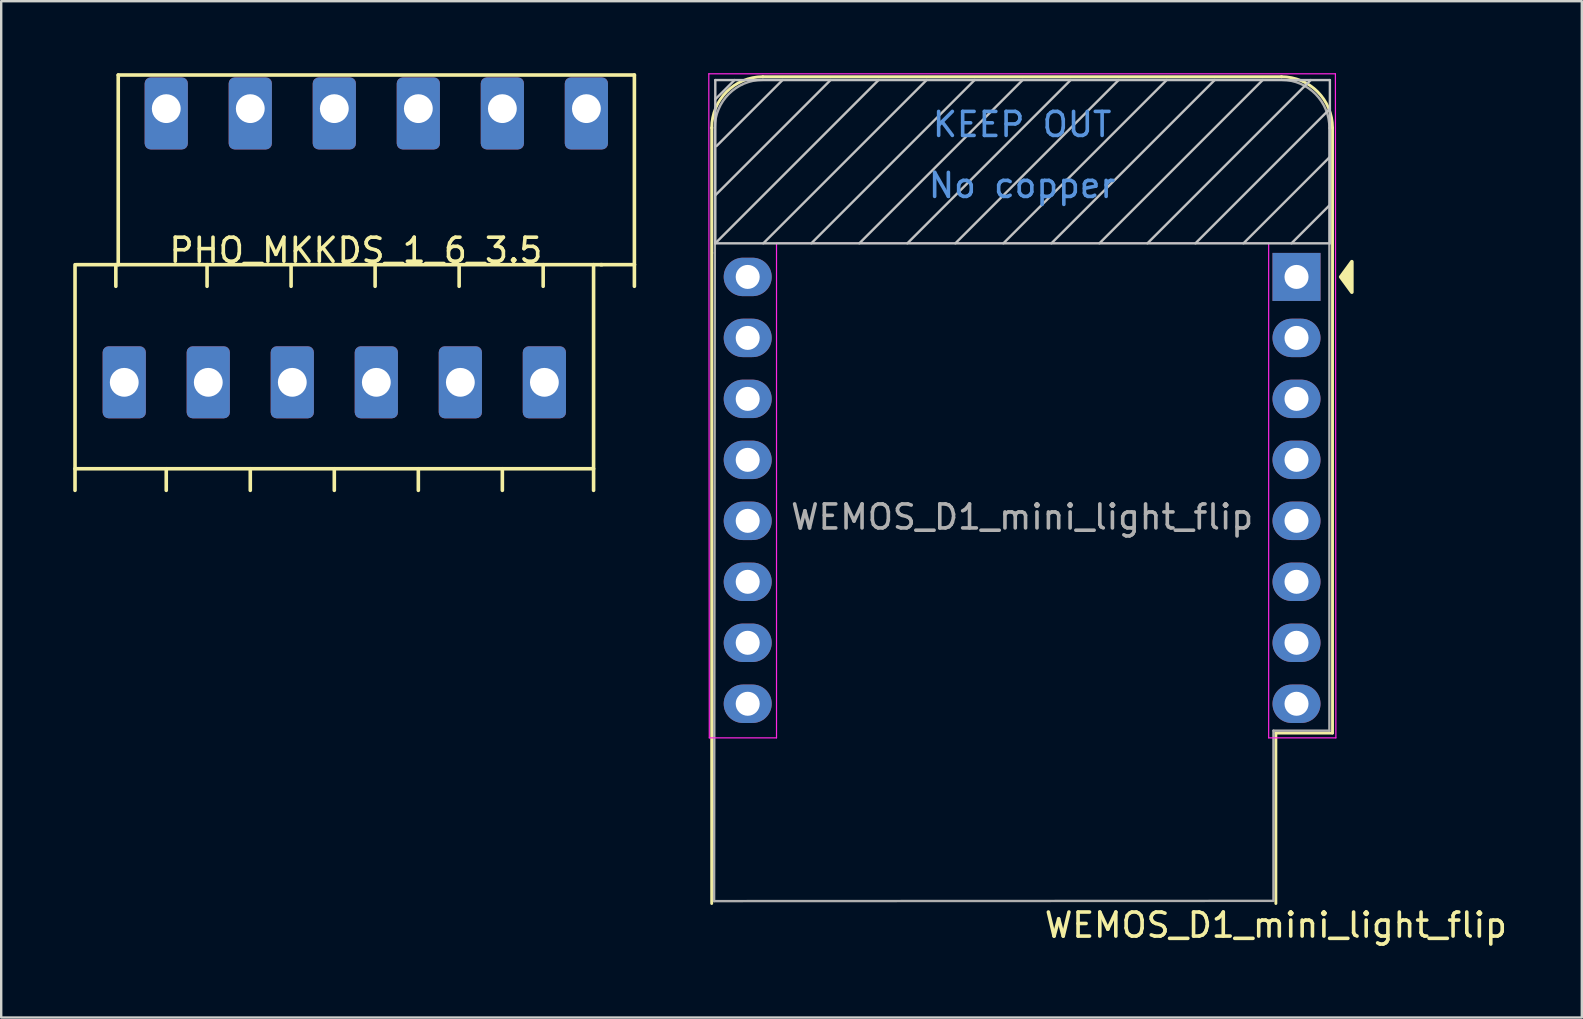
<source format=kicad_pcb>
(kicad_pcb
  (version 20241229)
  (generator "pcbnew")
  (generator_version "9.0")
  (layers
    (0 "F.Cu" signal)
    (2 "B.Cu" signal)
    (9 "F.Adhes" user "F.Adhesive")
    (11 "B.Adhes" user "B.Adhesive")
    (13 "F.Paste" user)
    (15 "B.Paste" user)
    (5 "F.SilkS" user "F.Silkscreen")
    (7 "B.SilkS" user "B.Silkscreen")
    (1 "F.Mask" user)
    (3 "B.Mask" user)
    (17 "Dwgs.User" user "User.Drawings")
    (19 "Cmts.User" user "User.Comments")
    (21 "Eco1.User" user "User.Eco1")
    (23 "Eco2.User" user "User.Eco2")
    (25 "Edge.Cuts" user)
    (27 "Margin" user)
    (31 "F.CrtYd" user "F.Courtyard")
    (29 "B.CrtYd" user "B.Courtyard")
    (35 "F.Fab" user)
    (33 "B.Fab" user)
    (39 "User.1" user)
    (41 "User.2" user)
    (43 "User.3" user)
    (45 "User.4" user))
  (footprint "WEMOS_D1_mini_light_flip"
    (layer "F.Cu")
    (at 28.095 8.485)
    (property "Reference" "WEMOS_D1_mini_light_flip" (at 22 27 0) (layer "F.SilkS") (effects (font (size 1 1) (thickness 0.15))))
    (attr through_hole)
    (fp_line (start -1.5 26.1) (end -1.5 -6.21) (stroke (width 0.12) (type solid)) (layer "F.SilkS"))
    (fp_line (start 22 19) (end 24.36 19) (stroke (width 0.12) (type solid)) (layer "F.SilkS"))
    (fp_line (start 22 26.1) (end 22 19) (stroke (width 0.12) (type solid)) (layer "F.SilkS"))
    (fp_line (start 22.24 -8.34) (end 0.63 -8.34) (stroke (width 0.12) (type solid)) (layer "F.SilkS"))
    (fp_line (start 24.36 19) (end 24.36 -6.21) (stroke (width 0.12) (type solid)) (layer "F.SilkS"))
    (fp_arc (start -1.5 -6.21) (mid -0.876137 -7.716137) (end 0.63 -8.34) (stroke (width 0.12) (type solid)) (layer "F.SilkS"))
    (fp_arc (start 22.23 -8.34) (mid 23.736137 -7.716137) (end 24.36 -6.21) (stroke (width 0.12) (type solid)) (layer "F.SilkS"))
    (fp_poly (pts (xy 25.165 -0.635) (xy 25.165 0.635) (xy 24.7 0)) (stroke (width 0.15) (type solid)) (fill yes) (layer "F.SilkS"))
    (fp_line (start -1.35 -8.2) (end -1.35 -1.4) (stroke (width 0.1) (type solid)) (layer "Dwgs.User"))
    (fp_line (start -1.35 -7.4) (end -0.55 -8.2) (stroke (width 0.1) (type solid)) (layer "Dwgs.User"))
    (fp_line (start -1.35 -3.4) (end 3.45 -8.2) (stroke (width 0.1) (type solid)) (layer "Dwgs.User"))
    (fp_line (start -1.35 -1.4) (end 5.45 -8.2) (stroke (width 0.1) (type solid)) (layer "Dwgs.User"))
    (fp_line (start -1.35 -1.4) (end 24.25 -1.4) (stroke (width 0.1) (type solid)) (layer "Dwgs.User"))
    (fp_line (start -1.3 -5.45) (end 1.45 -8.2) (stroke (width 0.1) (type solid)) (layer "Dwgs.User"))
    (fp_line (start 0.65 -1.4) (end 7.45 -8.2) (stroke (width 0.1) (type solid)) (layer "Dwgs.User"))
    (fp_line (start 2.65 -1.4) (end 9.45 -8.2) (stroke (width 0.1) (type solid)) (layer "Dwgs.User"))
    (fp_line (start 4.65 -1.4) (end 11.45 -8.2) (stroke (width 0.1) (type solid)) (layer "Dwgs.User"))
    (fp_line (start 6.65 -1.4) (end 13.45 -8.2) (stroke (width 0.1) (type solid)) (layer "Dwgs.User"))
    (fp_line (start 8.65 -1.4) (end 15.45 -8.2) (stroke (width 0.1) (type solid)) (layer "Dwgs.User"))
    (fp_line (start 10.65 -1.4) (end 17.45 -8.2) (stroke (width 0.1) (type solid)) (layer "Dwgs.User"))
    (fp_line (start 12.65 -1.4) (end 19.45 -8.2) (stroke (width 0.1) (type solid)) (layer "Dwgs.User"))
    (fp_line (start 14.65 -1.4) (end 21.45 -8.2) (stroke (width 0.1) (type solid)) (layer "Dwgs.User"))
    (fp_line (start 16.65 -1.4) (end 23.45 -8.2) (stroke (width 0.1) (type solid)) (layer "Dwgs.User"))
    (fp_line (start 18.65 -1.4) (end 24.25 -7) (stroke (width 0.1) (type solid)) (layer "Dwgs.User"))
    (fp_line (start 20.65 -1.4) (end 24.25 -5) (stroke (width 0.1) (type solid)) (layer "Dwgs.User"))
    (fp_line (start 22.65 -1.4) (end 24.25 -3) (stroke (width 0.1) (type solid)) (layer "Dwgs.User"))
    (fp_line (start 24.25 -8.2) (end -1.35 -8.2) (stroke (width 0.1) (type solid)) (layer "Dwgs.User"))
    (fp_line (start 24.25 -1.4) (end 24.25 -8.2) (stroke (width 0.1) (type solid)) (layer "Dwgs.User"))
    (fp_line (start -1.62 -8.46) (end 24.48 -8.46) (stroke (width 0.05) (type solid)) (layer "F.CrtYd"))
    (fp_line (start -1.6 19.2) (end -1.62 -8.46) (stroke (width 0.05) (type solid)) (layer "F.CrtYd"))
    (fp_line (start 1.2 -1.4) (end 1.2 19.2) (stroke (width 0.05) (type solid)) (layer "F.CrtYd"))
    (fp_line (start 1.2 19.2) (end -1.6 19.2) (stroke (width 0.05) (type solid)) (layer "F.CrtYd"))
    (fp_line (start 21.7 -1.4) (end 1.2 -1.4) (stroke (width 0.05) (type solid)) (layer "F.CrtYd"))
    (fp_line (start 21.7 19.2) (end 21.7 -1.4) (stroke (width 0.05) (type solid)) (layer "F.CrtYd"))
    (fp_line (start 24.48 -8.46) (end 24.5 19.2) (stroke (width 0.05) (type solid)) (layer "F.CrtYd"))
    (fp_line (start 24.5 19.2) (end 21.7 19.2) (stroke (width 0.05) (type solid)) (layer "F.CrtYd"))
    (fp_line (start -1.4 26) (end 21.9 25.99) (stroke (width 0.1) (type solid)) (layer "F.Fab"))
    (fp_line (start -1.37 -6.21) (end -1.37 -1) (stroke (width 0.1) (type solid)) (layer "F.Fab"))
    (fp_line (start -1.37 -1) (end -1.4 26) (stroke (width 0.1) (type solid)) (layer "F.Fab"))
    (fp_line (start 21.9 18.9) (end 24.23 18.9) (stroke (width 0.1) (type solid)) (layer "F.Fab"))
    (fp_line (start 21.9 25.99) (end 21.9 18.9) (stroke (width 0.1) (type solid)) (layer "F.Fab"))
    (fp_line (start 22.23 -8.21) (end 0.63 -8.21) (stroke (width 0.1) (type solid)) (layer "F.Fab"))
    (fp_line (start 24.23 18.9) (end 24.23 -6.21) (stroke (width 0.1) (type solid)) (layer "F.Fab"))
    (fp_arc (start -1.37 -6.21) (mid -0.784214 -7.624214) (end 0.63 -8.21) (stroke (width 0.1) (type solid)) (layer "F.Fab"))
    (fp_arc (start 22.25 -8.21) (mid 23.658356 -7.610071) (end 24.23 -6.19) (stroke (width 0.1) (type solid)) (layer "F.Fab"))
    (fp_text user "No copper" (at 11.43 -3.81 0) (layer "Cmts.User") (effects (font (size 1 1) (thickness 0.15))))
    (fp_text user "KEEP OUT" (at 11.43 -6.35 0) (layer "Cmts.User") (effects (font (size 1 1) (thickness 0.15))))
    (fp_text user "${REFERENCE}" (at 11.43 10 0) (layer "F.Fab") (effects (font (size 1 1) (thickness 0.15))))
    (pad "1" thru_hole rect (at 22.86 0) (size 2 2) (drill 1) (layers "*.Cu" "*.Mask"))
    (pad "2" thru_hole oval (at 22.86 2.54) (size 2 1.6) (drill 1) (layers "*.Cu" "*.Mask"))
    (pad "3" thru_hole oval (at 22.86 5.08) (size 2 1.6) (drill 1) (layers "*.Cu" "*.Mask"))
    (pad "4" thru_hole oval (at 22.86 7.62) (size 2 1.6) (drill 1) (layers "*.Cu" "*.Mask"))
    (pad "5" thru_hole oval (at 22.86 10.16) (size 2 1.6) (drill 1) (layers "*.Cu" "*.Mask"))
    (pad "6" thru_hole oval (at 22.86 12.7) (size 2 1.6) (drill 1) (layers "*.Cu" "*.Mask"))
    (pad "7" thru_hole oval (at 22.86 15.24) (size 2 1.6) (drill 1) (layers "*.Cu" "*.Mask"))
    (pad "8" thru_hole oval (at 22.86 17.78) (size 2 1.6) (drill 1) (layers "*.Cu" "*.Mask"))
    (pad "9" thru_hole oval (at 0 17.78) (size 2 1.6) (drill 1) (layers "*.Cu" "*.Mask"))
    (pad "10" thru_hole oval (at 0 15.24) (size 2 1.6) (drill 1) (layers "*.Cu" "*.Mask"))
    (pad "11" thru_hole oval (at 0 12.7) (size 2 1.6) (drill 1) (layers "*.Cu" "*.Mask"))
    (pad "12" thru_hole oval (at 0 10.16) (size 2 1.6) (drill 1) (layers "*.Cu" "*.Mask"))
    (pad "13" thru_hole oval (at 0 7.62) (size 2 1.6) (drill 1) (layers "*.Cu" "*.Mask"))
    (pad "14" thru_hole oval (at 0 5.08) (size 2 1.6) (drill 1) (layers "*.Cu" "*.Mask"))
    (pad "15" thru_hole oval (at 0 2.54) (size 2 1.6) (drill 1) (layers "*.Cu" "*.Mask"))
    (pad "16" thru_hole oval (at 0 0) (size 2 1.6) (drill 1) (layers "*.Cu" "*.Mask")))
  (footprint "PHO_MKKDS_1_6_3.5"
    (layer "F.Cu")
    (at 11.775 7.875)
    (property "Reference" "PHO_MKKDS_1_6_3.5" (at 0 -0.5 0) (unlocked yes) (layer "F.SilkS") (effects (font (size 1 1) (thickness 0.15))))
    (attr through_hole)
    (fp_line (start -11.7 0.1) (end -11.7 8.6) (stroke (width 0.15) (type solid)) (layer "F.SilkS"))
    (fp_line (start -11.7 9.5) (end -11.7 8.6) (stroke (width 0.15) (type solid)) (layer "F.SilkS"))
    (fp_line (start -10 1) (end -10 0.1) (stroke (width 0.15) (type solid)) (layer "F.SilkS"))
    (fp_line (start -9.9 -7.8) (end -9.9 0.1) (stroke (width 0.15) (type solid)) (layer "F.SilkS"))
    (fp_line (start -7.9 9.5) (end -7.9 8.6) (stroke (width 0.15) (type solid)) (layer "F.SilkS"))
    (fp_line (start -6.2 1) (end -6.2 0.1) (stroke (width 0.15) (type solid)) (layer "F.SilkS"))
    (fp_line (start -4.4 9.5) (end -4.4 8.6) (stroke (width 0.15) (type solid)) (layer "F.SilkS"))
    (fp_line (start -2.7 1) (end -2.7 0.1) (stroke (width 0.15) (type solid)) (layer "F.SilkS"))
    (fp_line (start -0.9 9.5) (end -0.9 8.6) (stroke (width 0.15) (type solid)) (layer "F.SilkS"))
    (fp_line (start 0.8 1) (end 0.8 0.1) (stroke (width 0.15) (type solid)) (layer "F.SilkS"))
    (fp_line (start 2.6 9.5) (end 2.6 8.6) (stroke (width 0.15) (type solid)) (layer "F.SilkS"))
    (fp_line (start 4.3 1) (end 4.3 0.1) (stroke (width 0.15) (type solid)) (layer "F.SilkS"))
    (fp_line (start 6.1 9.5) (end 6.1 8.6) (stroke (width 0.15) (type solid)) (layer "F.SilkS"))
    (fp_line (start 7.8 1) (end 7.8 0.1) (stroke (width 0.15) (type solid)) (layer "F.SilkS"))
    (fp_line (start 9.85 8.6) (end -11.65 8.6) (stroke (width 0.15) (type solid)) (layer "F.SilkS"))
    (fp_line (start 9.9 8.6) (end 9.9 0.1) (stroke (width 0.15) (type solid)) (layer "F.SilkS"))
    (fp_line (start 9.9 9.5) (end 9.9 8.6) (stroke (width 0.15) (type solid)) (layer "F.SilkS"))
    (fp_line (start 10.2 0.1) (end 11.6 0.1) (stroke (width 0.15) (type solid)) (layer "F.SilkS"))
    (fp_line (start 10.25 0.1) (end -11.65 0.1) (stroke (width 0.15) (type solid)) (layer "F.SilkS"))
    (fp_line (start 11.6 -7.8) (end -9.9 -7.8) (stroke (width 0.15) (type solid)) (layer "F.SilkS"))
    (fp_line (start 11.6 -7.8) (end 11.6 0.1) (stroke (width 0.15) (type solid)) (layer "F.SilkS"))
    (fp_line (start 11.6 1) (end 11.6 0.1) (stroke (width 0.15) (type solid)) (layer "F.SilkS"))
    (pad "1" thru_hole roundrect (at 9.6 -6.4 180) (size 1.8 3) (drill 1.2 (offset 0 -0.2)) (layers "*.Cu" "*.Mask") (roundrect_rratio 0.139))
    (pad "2" thru_hole roundrect (at 6.1 -6.4 180) (size 1.8 3) (drill 1.2 (offset 0 -0.2)) (layers "*.Cu" "*.Mask") (roundrect_rratio 0.139))
    (pad "3" thru_hole roundrect (at 2.6 -6.4 180) (size 1.8 3) (drill 1.2 (offset 0 -0.2)) (layers "*.Cu" "*.Mask") (roundrect_rratio 0.139))
    (pad "4" thru_hole roundrect (at -0.9 -6.4 180) (size 1.8 3) (drill 1.2 (offset 0 -0.2)) (layers "*.Cu" "*.Mask") (roundrect_rratio 0.139))
    (pad "5" thru_hole roundrect (at -4.4 -6.4 180) (size 1.8 3) (drill 1.2 (offset 0 -0.2)) (layers "*.Cu" "*.Mask") (roundrect_rratio 0.139))
    (pad "6" thru_hole roundrect (at -7.9 -6.4 180) (size 1.8 3) (drill 1.2 (offset 0 -0.2)) (layers "*.Cu" "*.Mask") (roundrect_rratio 0.139))
    (pad "7" thru_hole roundrect (at 7.85 5 180) (size 1.8 3) (drill 1.2) (layers "*.Cu" "*.Mask") (roundrect_rratio 0.139))
    (pad "8" thru_hole roundrect (at 4.35 5 180) (size 1.8 3) (drill 1.2) (layers "*.Cu" "*.Mask") (roundrect_rratio 0.139))
    (pad "9" thru_hole roundrect (at 0.85 5 180) (size 1.8 3) (drill 1.2) (layers "*.Cu" "*.Mask") (roundrect_rratio 0.139))
    (pad "10" thru_hole roundrect (at -2.65 5 180) (size 1.8 3) (drill 1.2) (layers "*.Cu" "*.Mask") (roundrect_rratio 0.139))
    (pad "11" thru_hole roundrect (at -6.15 5 180) (size 1.8 3) (drill 1.2) (layers "*.Cu" "*.Mask") (roundrect_rratio 0.139))
    (pad "12" thru_hole roundrect (at -9.65 5 180) (size 1.8 3) (drill 1.2) (layers "*.Cu" "*.Mask") (roundrect_rratio 0.139)))
  (gr_rect
    (start -3 -3)
    (end 62.839 39.333)
    (stroke (width 0.1) (type default))
    (fill no)
    (layer "Edge.Cuts")))
</source>
